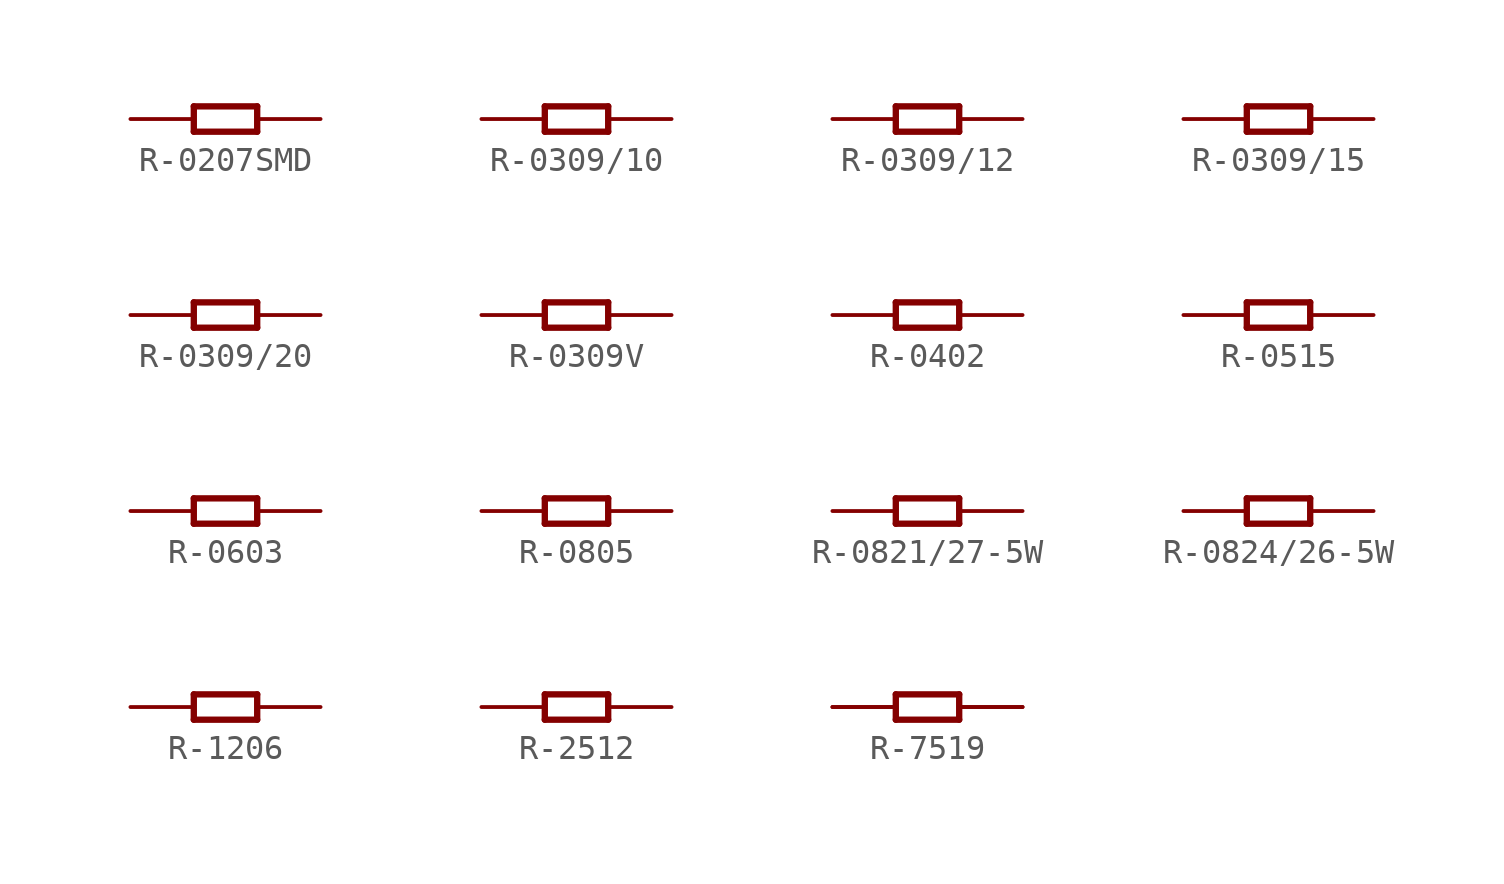
<source format=kicad_sym>
(kicad_symbol_lib
  (version 20220914)
  (generator kicad_symbol_editor)
  (symbol "R-0207SMD"
    (property "Reference" "R"
      (at -3.81 0 0)
      (effects (font (size 1.27 1.079)) (justify left bottom) hide))
    (property "ki_locked" ""
      (at 0 0 0)
      (effects (font (size 1.27 1.27))))
    (symbol "R-0207SMD_1_0"
      (polyline (pts (xy -1.27 -0.508) (xy -1.27 0.508)) (stroke (width 0.254) (type solid)) (fill (type none)))
      (polyline (pts (xy -1.27 0.508) (xy 1.27 0.508)) (stroke (width 0.254) (type solid)) (fill (type none)))
      (polyline (pts (xy 1.27 -0.508) (xy -1.27 -0.508)) (stroke (width 0.254) (type solid)) (fill (type none)))
      (polyline (pts (xy 1.27 0.508) (xy 1.27 -0.508)) (stroke (width 0.254) (type solid)) (fill (type none)))
      (pin passive line (at -3.81 0 0) (length 2.54) (name "1" (effects (font (size 0 0)))) (number "1" (effects (font (size 0 0)))))
      (pin passive line (at 3.81 0 180) (length 2.54) (name "2" (effects (font (size 0 0)))) (number "2" (effects (font (size 0 0)))))))
  (symbol "R-0309/10"
    (property "Reference" "R"
      (at -3.81 0 0)
      (effects (font (size 1.27 1.079)) (justify left bottom) hide))
    (property "ki_locked" ""
      (at 0 0 0)
      (effects (font (size 1.27 1.27))))
    (symbol "R-0309/10_1_0"
      (polyline (pts (xy -1.27 -0.508) (xy -1.27 0.508)) (stroke (width 0.254) (type solid)) (fill (type none)))
      (polyline (pts (xy -1.27 0.508) (xy 1.27 0.508)) (stroke (width 0.254) (type solid)) (fill (type none)))
      (polyline (pts (xy 1.27 -0.508) (xy -1.27 -0.508)) (stroke (width 0.254) (type solid)) (fill (type none)))
      (polyline (pts (xy 1.27 0.508) (xy 1.27 -0.508)) (stroke (width 0.254) (type solid)) (fill (type none)))
      (pin passive line (at -3.81 0 0) (length 2.54) (name "1" (effects (font (size 0 0)))) (number "1" (effects (font (size 0 0)))))
      (pin passive line (at 3.81 0 180) (length 2.54) (name "2" (effects (font (size 0 0)))) (number "2" (effects (font (size 0 0)))))))
  (symbol "R-0309/12"
    (property "Reference" "R"
      (at -3.81 0 0)
      (effects (font (size 1.27 1.079)) (justify left bottom) hide))
    (property "ki_locked" ""
      (at 0 0 0)
      (effects (font (size 1.27 1.27))))
    (symbol "R-0309/12_1_0"
      (polyline (pts (xy -1.27 -0.508) (xy -1.27 0.508)) (stroke (width 0.254) (type solid)) (fill (type none)))
      (polyline (pts (xy -1.27 0.508) (xy 1.27 0.508)) (stroke (width 0.254) (type solid)) (fill (type none)))
      (polyline (pts (xy 1.27 -0.508) (xy -1.27 -0.508)) (stroke (width 0.254) (type solid)) (fill (type none)))
      (polyline (pts (xy 1.27 0.508) (xy 1.27 -0.508)) (stroke (width 0.254) (type solid)) (fill (type none)))
      (pin passive line (at -3.81 0 0) (length 2.54) (name "1" (effects (font (size 0 0)))) (number "1" (effects (font (size 0 0)))))
      (pin passive line (at 3.81 0 180) (length 2.54) (name "2" (effects (font (size 0 0)))) (number "2" (effects (font (size 0 0)))))))
  (symbol "R-0309/15"
    (property "Reference" "R"
      (at -3.81 0 0)
      (effects (font (size 1.27 1.079)) (justify left bottom) hide))
    (property "ki_locked" ""
      (at 0 0 0)
      (effects (font (size 1.27 1.27))))
    (symbol "R-0309/15_1_0"
      (polyline (pts (xy -1.27 -0.508) (xy -1.27 0.508)) (stroke (width 0.254) (type solid)) (fill (type none)))
      (polyline (pts (xy -1.27 0.508) (xy 1.27 0.508)) (stroke (width 0.254) (type solid)) (fill (type none)))
      (polyline (pts (xy 1.27 -0.508) (xy -1.27 -0.508)) (stroke (width 0.254) (type solid)) (fill (type none)))
      (polyline (pts (xy 1.27 0.508) (xy 1.27 -0.508)) (stroke (width 0.254) (type solid)) (fill (type none)))
      (pin passive line (at -3.81 0 0) (length 2.54) (name "1" (effects (font (size 0 0)))) (number "1" (effects (font (size 0 0)))))
      (pin passive line (at 3.81 0 180) (length 2.54) (name "2" (effects (font (size 0 0)))) (number "2" (effects (font (size 0 0)))))))
  (symbol "R-0309/20"
    (property "Reference" "R"
      (at -3.81 0 0)
      (effects (font (size 1.27 1.079)) (justify left bottom) hide))
    (property "ki_locked" ""
      (at 0 0 0)
      (effects (font (size 1.27 1.27))))
    (symbol "R-0309/20_1_0"
      (polyline (pts (xy -1.27 -0.508) (xy -1.27 0.508)) (stroke (width 0.254) (type solid)) (fill (type none)))
      (polyline (pts (xy -1.27 0.508) (xy 1.27 0.508)) (stroke (width 0.254) (type solid)) (fill (type none)))
      (polyline (pts (xy 1.27 -0.508) (xy -1.27 -0.508)) (stroke (width 0.254) (type solid)) (fill (type none)))
      (polyline (pts (xy 1.27 0.508) (xy 1.27 -0.508)) (stroke (width 0.254) (type solid)) (fill (type none)))
      (pin passive line (at -3.81 0 0) (length 2.54) (name "1" (effects (font (size 0 0)))) (number "1" (effects (font (size 0 0)))))
      (pin passive line (at 3.81 0 180) (length 2.54) (name "2" (effects (font (size 0 0)))) (number "2" (effects (font (size 0 0)))))))
  (symbol "R-0309V"
    (property "Reference" "R"
      (at -3.81 0 0)
      (effects (font (size 1.27 1.079)) (justify left bottom) hide))
    (property "ki_locked" ""
      (at 0 0 0)
      (effects (font (size 1.27 1.27))))
    (symbol "R-0309V_1_0"
      (polyline (pts (xy -1.27 -0.508) (xy -1.27 0.508)) (stroke (width 0.254) (type solid)) (fill (type none)))
      (polyline (pts (xy -1.27 0.508) (xy 1.27 0.508)) (stroke (width 0.254) (type solid)) (fill (type none)))
      (polyline (pts (xy 1.27 -0.508) (xy -1.27 -0.508)) (stroke (width 0.254) (type solid)) (fill (type none)))
      (polyline (pts (xy 1.27 0.508) (xy 1.27 -0.508)) (stroke (width 0.254) (type solid)) (fill (type none)))
      (pin passive line (at -3.81 0 0) (length 2.54) (name "1" (effects (font (size 0 0)))) (number "1" (effects (font (size 0 0)))))
      (pin passive line (at 3.81 0 180) (length 2.54) (name "2" (effects (font (size 0 0)))) (number "2" (effects (font (size 0 0)))))))
  (symbol "R-0402"
    (property "Reference" "R"
      (at -3.81 0 0)
      (effects (font (size 1.27 1.079)) (justify left bottom) hide))
    (property "ki_locked" ""
      (at 0 0 0)
      (effects (font (size 1.27 1.27))))
    (symbol "R-0402_1_0"
      (polyline (pts (xy -1.27 -0.508) (xy -1.27 0.508)) (stroke (width 0.254) (type solid)) (fill (type none)))
      (polyline (pts (xy -1.27 0.508) (xy 1.27 0.508)) (stroke (width 0.254) (type solid)) (fill (type none)))
      (polyline (pts (xy 1.27 -0.508) (xy -1.27 -0.508)) (stroke (width 0.254) (type solid)) (fill (type none)))
      (polyline (pts (xy 1.27 0.508) (xy 1.27 -0.508)) (stroke (width 0.254) (type solid)) (fill (type none)))
      (pin passive line (at -3.81 0 0) (length 2.54) (name "1" (effects (font (size 0 0)))) (number "1" (effects (font (size 0 0)))))
      (pin passive line (at 3.81 0 180) (length 2.54) (name "2" (effects (font (size 0 0)))) (number "2" (effects (font (size 0 0)))))))
  (symbol "R-0515"
    (property "Reference" "R"
      (at -3.81 0 0)
      (effects (font (size 1.27 1.079)) (justify left bottom) hide))
    (property "ki_locked" ""
      (at 0 0 0)
      (effects (font (size 1.27 1.27))))
    (symbol "R-0515_1_0"
      (polyline (pts (xy -1.27 -0.508) (xy -1.27 0.508)) (stroke (width 0.254) (type solid)) (fill (type none)))
      (polyline (pts (xy -1.27 0.508) (xy 1.27 0.508)) (stroke (width 0.254) (type solid)) (fill (type none)))
      (polyline (pts (xy 1.27 -0.508) (xy -1.27 -0.508)) (stroke (width 0.254) (type solid)) (fill (type none)))
      (polyline (pts (xy 1.27 0.508) (xy 1.27 -0.508)) (stroke (width 0.254) (type solid)) (fill (type none)))
      (pin passive line (at -3.81 0 0) (length 2.54) (name "1" (effects (font (size 0 0)))) (number "P$1" (effects (font (size 0 0)))))
      (pin passive line (at 3.81 0 180) (length 2.54) (name "2" (effects (font (size 0 0)))) (number "P$2" (effects (font (size 0 0)))))))
  (symbol "R-0603"
    (property "Reference" "R"
      (at -3.81 0 0)
      (effects (font (size 1.27 1.079)) (justify left bottom) hide))
    (property "ki_locked" ""
      (at 0 0 0)
      (effects (font (size 1.27 1.27))))
    (symbol "R-0603_1_0"
      (polyline (pts (xy -1.27 -0.508) (xy -1.27 0.508)) (stroke (width 0.254) (type solid)) (fill (type none)))
      (polyline (pts (xy -1.27 0.508) (xy 1.27 0.508)) (stroke (width 0.254) (type solid)) (fill (type none)))
      (polyline (pts (xy 1.27 -0.508) (xy -1.27 -0.508)) (stroke (width 0.254) (type solid)) (fill (type none)))
      (polyline (pts (xy 1.27 0.508) (xy 1.27 -0.508)) (stroke (width 0.254) (type solid)) (fill (type none)))
      (pin passive line (at -3.81 0 0) (length 2.54) (name "1" (effects (font (size 0 0)))) (number "1" (effects (font (size 0 0)))))
      (pin passive line (at 3.81 0 180) (length 2.54) (name "2" (effects (font (size 0 0)))) (number "2" (effects (font (size 0 0)))))))
  (symbol "R-0805"
    (property "Reference" "R"
      (at -3.81 0 0)
      (effects (font (size 1.27 1.079)) (justify left bottom) hide))
    (property "ki_locked" ""
      (at 0 0 0)
      (effects (font (size 1.27 1.27))))
    (symbol "R-0805_1_0"
      (polyline (pts (xy -1.27 -0.508) (xy -1.27 0.508)) (stroke (width 0.254) (type solid)) (fill (type none)))
      (polyline (pts (xy -1.27 0.508) (xy 1.27 0.508)) (stroke (width 0.254) (type solid)) (fill (type none)))
      (polyline (pts (xy 1.27 -0.508) (xy -1.27 -0.508)) (stroke (width 0.254) (type solid)) (fill (type none)))
      (polyline (pts (xy 1.27 0.508) (xy 1.27 -0.508)) (stroke (width 0.254) (type solid)) (fill (type none)))
      (pin passive line (at -3.81 0 0) (length 2.54) (name "1" (effects (font (size 0 0)))) (number "1" (effects (font (size 0 0)))))
      (pin passive line (at 3.81 0 180) (length 2.54) (name "2" (effects (font (size 0 0)))) (number "2" (effects (font (size 0 0)))))))
  (symbol "R-0821/27-5W"
    (property "Reference" "R"
      (at -3.81 0 0)
      (effects (font (size 1.27 1.079)) (justify left bottom) hide))
    (property "ki_locked" ""
      (at 0 0 0)
      (effects (font (size 1.27 1.27))))
    (symbol "R-0821/27-5W_1_0"
      (polyline (pts (xy -1.27 -0.508) (xy -1.27 0.508)) (stroke (width 0.254) (type solid)) (fill (type none)))
      (polyline (pts (xy -1.27 0.508) (xy 1.27 0.508)) (stroke (width 0.254) (type solid)) (fill (type none)))
      (polyline (pts (xy 1.27 -0.508) (xy -1.27 -0.508)) (stroke (width 0.254) (type solid)) (fill (type none)))
      (polyline (pts (xy 1.27 0.508) (xy 1.27 -0.508)) (stroke (width 0.254) (type solid)) (fill (type none)))
      (pin passive line (at -3.81 0 0) (length 2.54) (name "1" (effects (font (size 0 0)))) (number "P$1" (effects (font (size 0 0)))))
      (pin passive line (at 3.81 0 180) (length 2.54) (name "2" (effects (font (size 0 0)))) (number "P$2" (effects (font (size 0 0)))))))
  (symbol "R-0824/26-5W"
    (property "Reference" "R"
      (at -3.81 0 0)
      (effects (font (size 1.27 1.079)) (justify left bottom) hide))
    (property "ki_locked" ""
      (at 0 0 0)
      (effects (font (size 1.27 1.27))))
    (symbol "R-0824/26-5W_1_0"
      (polyline (pts (xy -1.27 -0.508) (xy -1.27 0.508)) (stroke (width 0.254) (type solid)) (fill (type none)))
      (polyline (pts (xy -1.27 0.508) (xy 1.27 0.508)) (stroke (width 0.254) (type solid)) (fill (type none)))
      (polyline (pts (xy 1.27 -0.508) (xy -1.27 -0.508)) (stroke (width 0.254) (type solid)) (fill (type none)))
      (polyline (pts (xy 1.27 0.508) (xy 1.27 -0.508)) (stroke (width 0.254) (type solid)) (fill (type none)))
      (pin passive line (at -3.81 0 0) (length 2.54) (name "1" (effects (font (size 0 0)))) (number "1" (effects (font (size 0 0)))))
      (pin passive line (at 3.81 0 180) (length 2.54) (name "2" (effects (font (size 0 0)))) (number "2" (effects (font (size 0 0)))))))
  (symbol "R-1206"
    (property "Reference" "R"
      (at -3.81 0 0)
      (effects (font (size 1.27 1.079)) (justify left bottom) hide))
    (property "ki_locked" ""
      (at 0 0 0)
      (effects (font (size 1.27 1.27))))
    (symbol "R-1206_1_0"
      (polyline (pts (xy -1.27 -0.508) (xy -1.27 0.508)) (stroke (width 0.254) (type solid)) (fill (type none)))
      (polyline (pts (xy -1.27 0.508) (xy 1.27 0.508)) (stroke (width 0.254) (type solid)) (fill (type none)))
      (polyline (pts (xy 1.27 -0.508) (xy -1.27 -0.508)) (stroke (width 0.254) (type solid)) (fill (type none)))
      (polyline (pts (xy 1.27 0.508) (xy 1.27 -0.508)) (stroke (width 0.254) (type solid)) (fill (type none)))
      (pin passive line (at -3.81 0 0) (length 2.54) (name "1" (effects (font (size 0 0)))) (number "1" (effects (font (size 0 0)))))
      (pin passive line (at 3.81 0 180) (length 2.54) (name "2" (effects (font (size 0 0)))) (number "2" (effects (font (size 0 0)))))))
  (symbol "R-2512"
    (property "Reference" "R"
      (at -3.81 0 0)
      (effects (font (size 1.27 1.079)) (justify left bottom) hide))
    (property "ki_locked" ""
      (at 0 0 0)
      (effects (font (size 1.27 1.27))))
    (symbol "R-2512_1_0"
      (polyline (pts (xy -1.27 -0.508) (xy -1.27 0.508)) (stroke (width 0.254) (type solid)) (fill (type none)))
      (polyline (pts (xy -1.27 0.508) (xy 1.27 0.508)) (stroke (width 0.254) (type solid)) (fill (type none)))
      (polyline (pts (xy 1.27 -0.508) (xy -1.27 -0.508)) (stroke (width 0.254) (type solid)) (fill (type none)))
      (polyline (pts (xy 1.27 0.508) (xy 1.27 -0.508)) (stroke (width 0.254) (type solid)) (fill (type none)))
      (pin passive line (at -3.81 0 0) (length 2.54) (name "1" (effects (font (size 0 0)))) (number "1" (effects (font (size 0 0)))))
      (pin passive line (at 3.81 0 180) (length 2.54) (name "2" (effects (font (size 0 0)))) (number "2" (effects (font (size 0 0)))))))
  (symbol "R-7519"
    (property "Reference" "R"
      (at -3.81 0 0)
      (effects (font (size 1.27 1.079)) (justify left bottom) hide))
    (property "ki_locked" ""
      (at 0 0 0)
      (effects (font (size 1.27 1.27))))
    (symbol "R-7519_1_0"
      (polyline (pts (xy -1.27 -0.508) (xy -1.27 0.508)) (stroke (width 0.254) (type solid)) (fill (type none)))
      (polyline (pts (xy -1.27 0.508) (xy 1.27 0.508)) (stroke (width 0.254) (type solid)) (fill (type none)))
      (polyline (pts (xy 1.27 -0.508) (xy -1.27 -0.508)) (stroke (width 0.254) (type solid)) (fill (type none)))
      (polyline (pts (xy 1.27 0.508) (xy 1.27 -0.508)) (stroke (width 0.254) (type solid)) (fill (type none)))
      (pin passive line (at -3.81 0 0) (length 2.54) (name "1" (effects (font (size 0 0)))) (number "1" (effects (font (size 0 0)))))
      (pin passive line (at -3.81 0 0) (length 2.54) (name "1" (effects (font (size 0 0)))) (number "2" (effects (font (size 0 0)))))
      (pin passive line (at 3.81 0 180) (length 2.54) (name "2" (effects (font (size 0 0)))) (number "3" (effects (font (size 0 0)))))
      (pin passive line (at 3.81 0 180) (length 2.54) (name "2" (effects (font (size 0 0)))) (number "4" (effects (font (size 0 0))))))))
</source>
